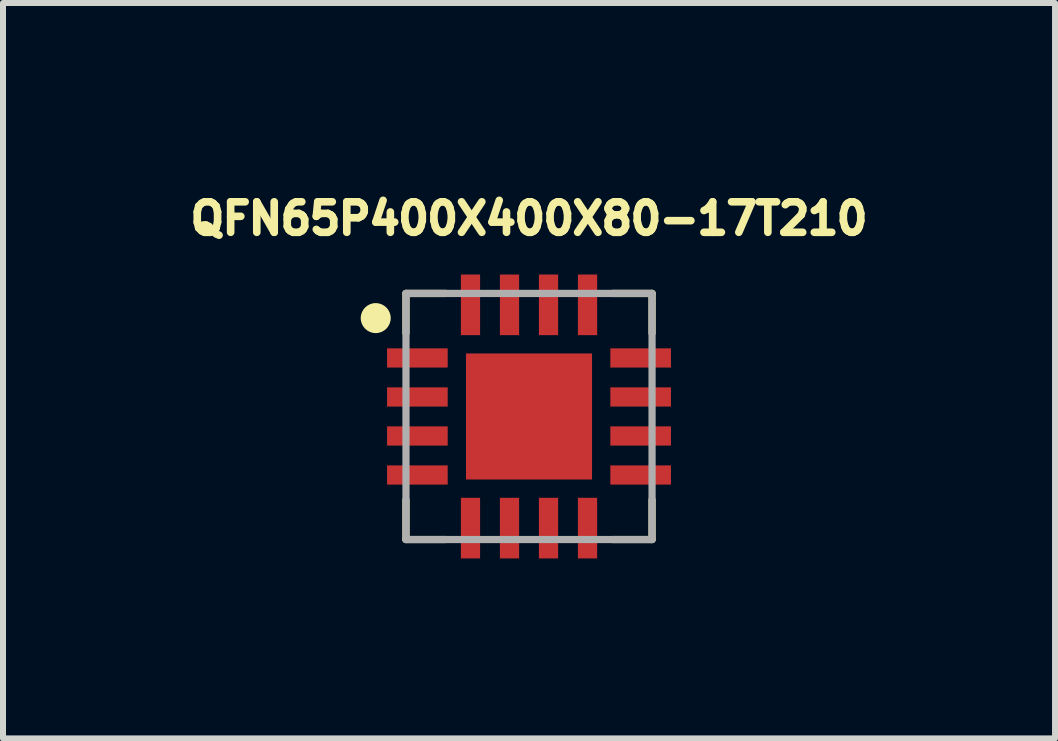
<source format=kicad_pcb>
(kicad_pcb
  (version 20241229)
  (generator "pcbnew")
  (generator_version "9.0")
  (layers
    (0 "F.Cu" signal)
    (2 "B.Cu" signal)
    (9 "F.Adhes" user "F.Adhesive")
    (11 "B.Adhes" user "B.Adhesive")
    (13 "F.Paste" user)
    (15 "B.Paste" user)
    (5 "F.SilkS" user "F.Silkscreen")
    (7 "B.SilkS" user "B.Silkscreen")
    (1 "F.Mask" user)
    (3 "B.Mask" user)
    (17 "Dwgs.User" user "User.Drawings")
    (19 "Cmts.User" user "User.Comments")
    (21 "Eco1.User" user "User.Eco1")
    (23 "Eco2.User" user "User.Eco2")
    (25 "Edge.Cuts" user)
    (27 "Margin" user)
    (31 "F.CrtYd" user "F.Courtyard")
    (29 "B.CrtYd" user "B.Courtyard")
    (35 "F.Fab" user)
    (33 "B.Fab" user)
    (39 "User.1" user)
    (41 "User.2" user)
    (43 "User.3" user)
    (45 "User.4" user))
  (footprint "QFN65P400X400X80-17T210"
    (layer "F.Cu")
    (at 5.764 3.889)
    (property "Reference" "QFN65P400X400X80-17T210" (at 0 -3 0) (layer "F.SilkS") (effects (font (size 0.508 0.508) (thickness 0.127)) (justify bottom)))
    (fp_line (start -2.05 -2.05) (end -1.389 -2.05) (stroke (width 0.12) (type solid)) (layer "F.SilkS"))
    (fp_line (start -2.05 -1.389) (end -2.05 -2.05) (stroke (width 0.12) (type solid)) (layer "F.SilkS"))
    (fp_line (start -2.05 1.389) (end -2.05 2.05) (stroke (width 0.12) (type solid)) (layer "F.SilkS"))
    (fp_line (start -2.05 2.05) (end -1.389 2.05) (stroke (width 0.12) (type solid)) (layer "F.SilkS"))
    (fp_line (start 2.05 -2.05) (end 1.389 -2.05) (stroke (width 0.12) (type solid)) (layer "F.SilkS"))
    (fp_line (start 2.05 -1.389) (end 2.05 -2.05) (stroke (width 0.12) (type solid)) (layer "F.SilkS"))
    (fp_line (start 2.05 1.389) (end 2.05 2.05) (stroke (width 0.12) (type solid)) (layer "F.SilkS"))
    (fp_line (start 2.05 2.05) (end 1.389 2.05) (stroke (width 0.12) (type solid)) (layer "F.SilkS"))
    (fp_circle (center -2.554 -1.639) (end -2.429 -1.639) (stroke (width 0.25) (type solid)) (fill yes) (layer "F.SilkS"))
    (fp_poly (pts (xy -0.9 -0.2) (xy -0.2 -0.2) (xy -0.2 -0.9) (xy -0.9 -0.9)) (stroke (width 0) (type solid)) (fill yes) (layer "F.Paste"))
    (fp_poly (pts (xy -0.9 0.9) (xy -0.2 0.9) (xy -0.2 0.2) (xy -0.9 0.2)) (stroke (width 0) (type solid)) (fill yes) (layer "F.Paste"))
    (fp_poly (pts (xy 0.2 -0.2) (xy 0.9 -0.2) (xy 0.9 -0.9) (xy 0.2 -0.9)) (stroke (width 0) (type solid)) (fill yes) (layer "F.Paste"))
    (fp_poly (pts (xy 0.2 0.9) (xy 0.9 0.9) (xy 0.9 0.2) (xy 0.2 0.2)) (stroke (width 0) (type solid)) (fill yes) (layer "F.Paste"))
    (fp_line (start -2.05 -2.05) (end 2.05 -2.05) (stroke (width 0.12) (type solid)) (layer "F.Fab"))
    (fp_line (start -2.05 2.05) (end -2.05 -2.05) (stroke (width 0.12) (type solid)) (layer "F.Fab"))
    (fp_line (start 2.05 -2.05) (end 2.05 2.05) (stroke (width 0.12) (type solid)) (layer "F.Fab"))
    (fp_line (start 2.05 2.05) (end -2.05 2.05) (stroke (width 0.12) (type solid)) (layer "F.Fab"))
    (pad "1" smd rect (at -1.86 -0.975) (size 1.01 0.32) (layers "F.Cu" "F.Mask" "F.Paste"))
    (pad "2" smd rect (at -1.86 -0.325) (size 1.01 0.32) (layers "F.Cu" "F.Mask" "F.Paste"))
    (pad "3" smd rect (at -1.86 0.325) (size 1.01 0.32) (layers "F.Cu" "F.Mask" "F.Paste"))
    (pad "4" smd rect (at -1.86 0.975) (size 1.01 0.32) (layers "F.Cu" "F.Mask" "F.Paste"))
    (pad "5" smd rect (at -0.975 1.86 90) (size 1.01 0.32) (layers "F.Cu" "F.Mask" "F.Paste"))
    (pad "6" smd rect (at -0.325 1.86 90) (size 1.01 0.32) (layers "F.Cu" "F.Mask" "F.Paste"))
    (pad "7" smd rect (at 0.325 1.86 90) (size 1.01 0.32) (layers "F.Cu" "F.Mask" "F.Paste"))
    (pad "8" smd rect (at 0.975 1.86 90) (size 1.01 0.32) (layers "F.Cu" "F.Mask" "F.Paste"))
    (pad "9" smd rect (at 1.86 0.975) (size 1.01 0.32) (layers "F.Cu" "F.Mask" "F.Paste"))
    (pad "10" smd rect (at 1.86 0.325) (size 1.01 0.32) (layers "F.Cu" "F.Mask" "F.Paste"))
    (pad "11" smd rect (at 1.86 -0.325) (size 1.01 0.32) (layers "F.Cu" "F.Mask" "F.Paste"))
    (pad "12" smd rect (at 1.86 -0.975) (size 1.01 0.32) (layers "F.Cu" "F.Mask" "F.Paste"))
    (pad "13" smd rect (at 0.975 -1.86 90) (size 1.01 0.32) (layers "F.Cu" "F.Mask" "F.Paste"))
    (pad "14" smd rect (at 0.325 -1.86 90) (size 1.01 0.32) (layers "F.Cu" "F.Mask" "F.Paste"))
    (pad "15" smd rect (at -0.325 -1.86 90) (size 1.01 0.32) (layers "F.Cu" "F.Mask" "F.Paste"))
    (pad "16" smd rect (at -0.975 -1.86 90) (size 1.01 0.32) (layers "F.Cu" "F.Mask" "F.Paste"))
    (pad "17" smd rect (at 0 0) (size 2.1 2.1) (layers "F.Cu" "F.Mask")))
  (gr_rect
    (start -3 -3)
    (end 14.528 9.253)
    (stroke (width 0.1) (type default))
    (fill no)
    (layer "Edge.Cuts")))
</source>
